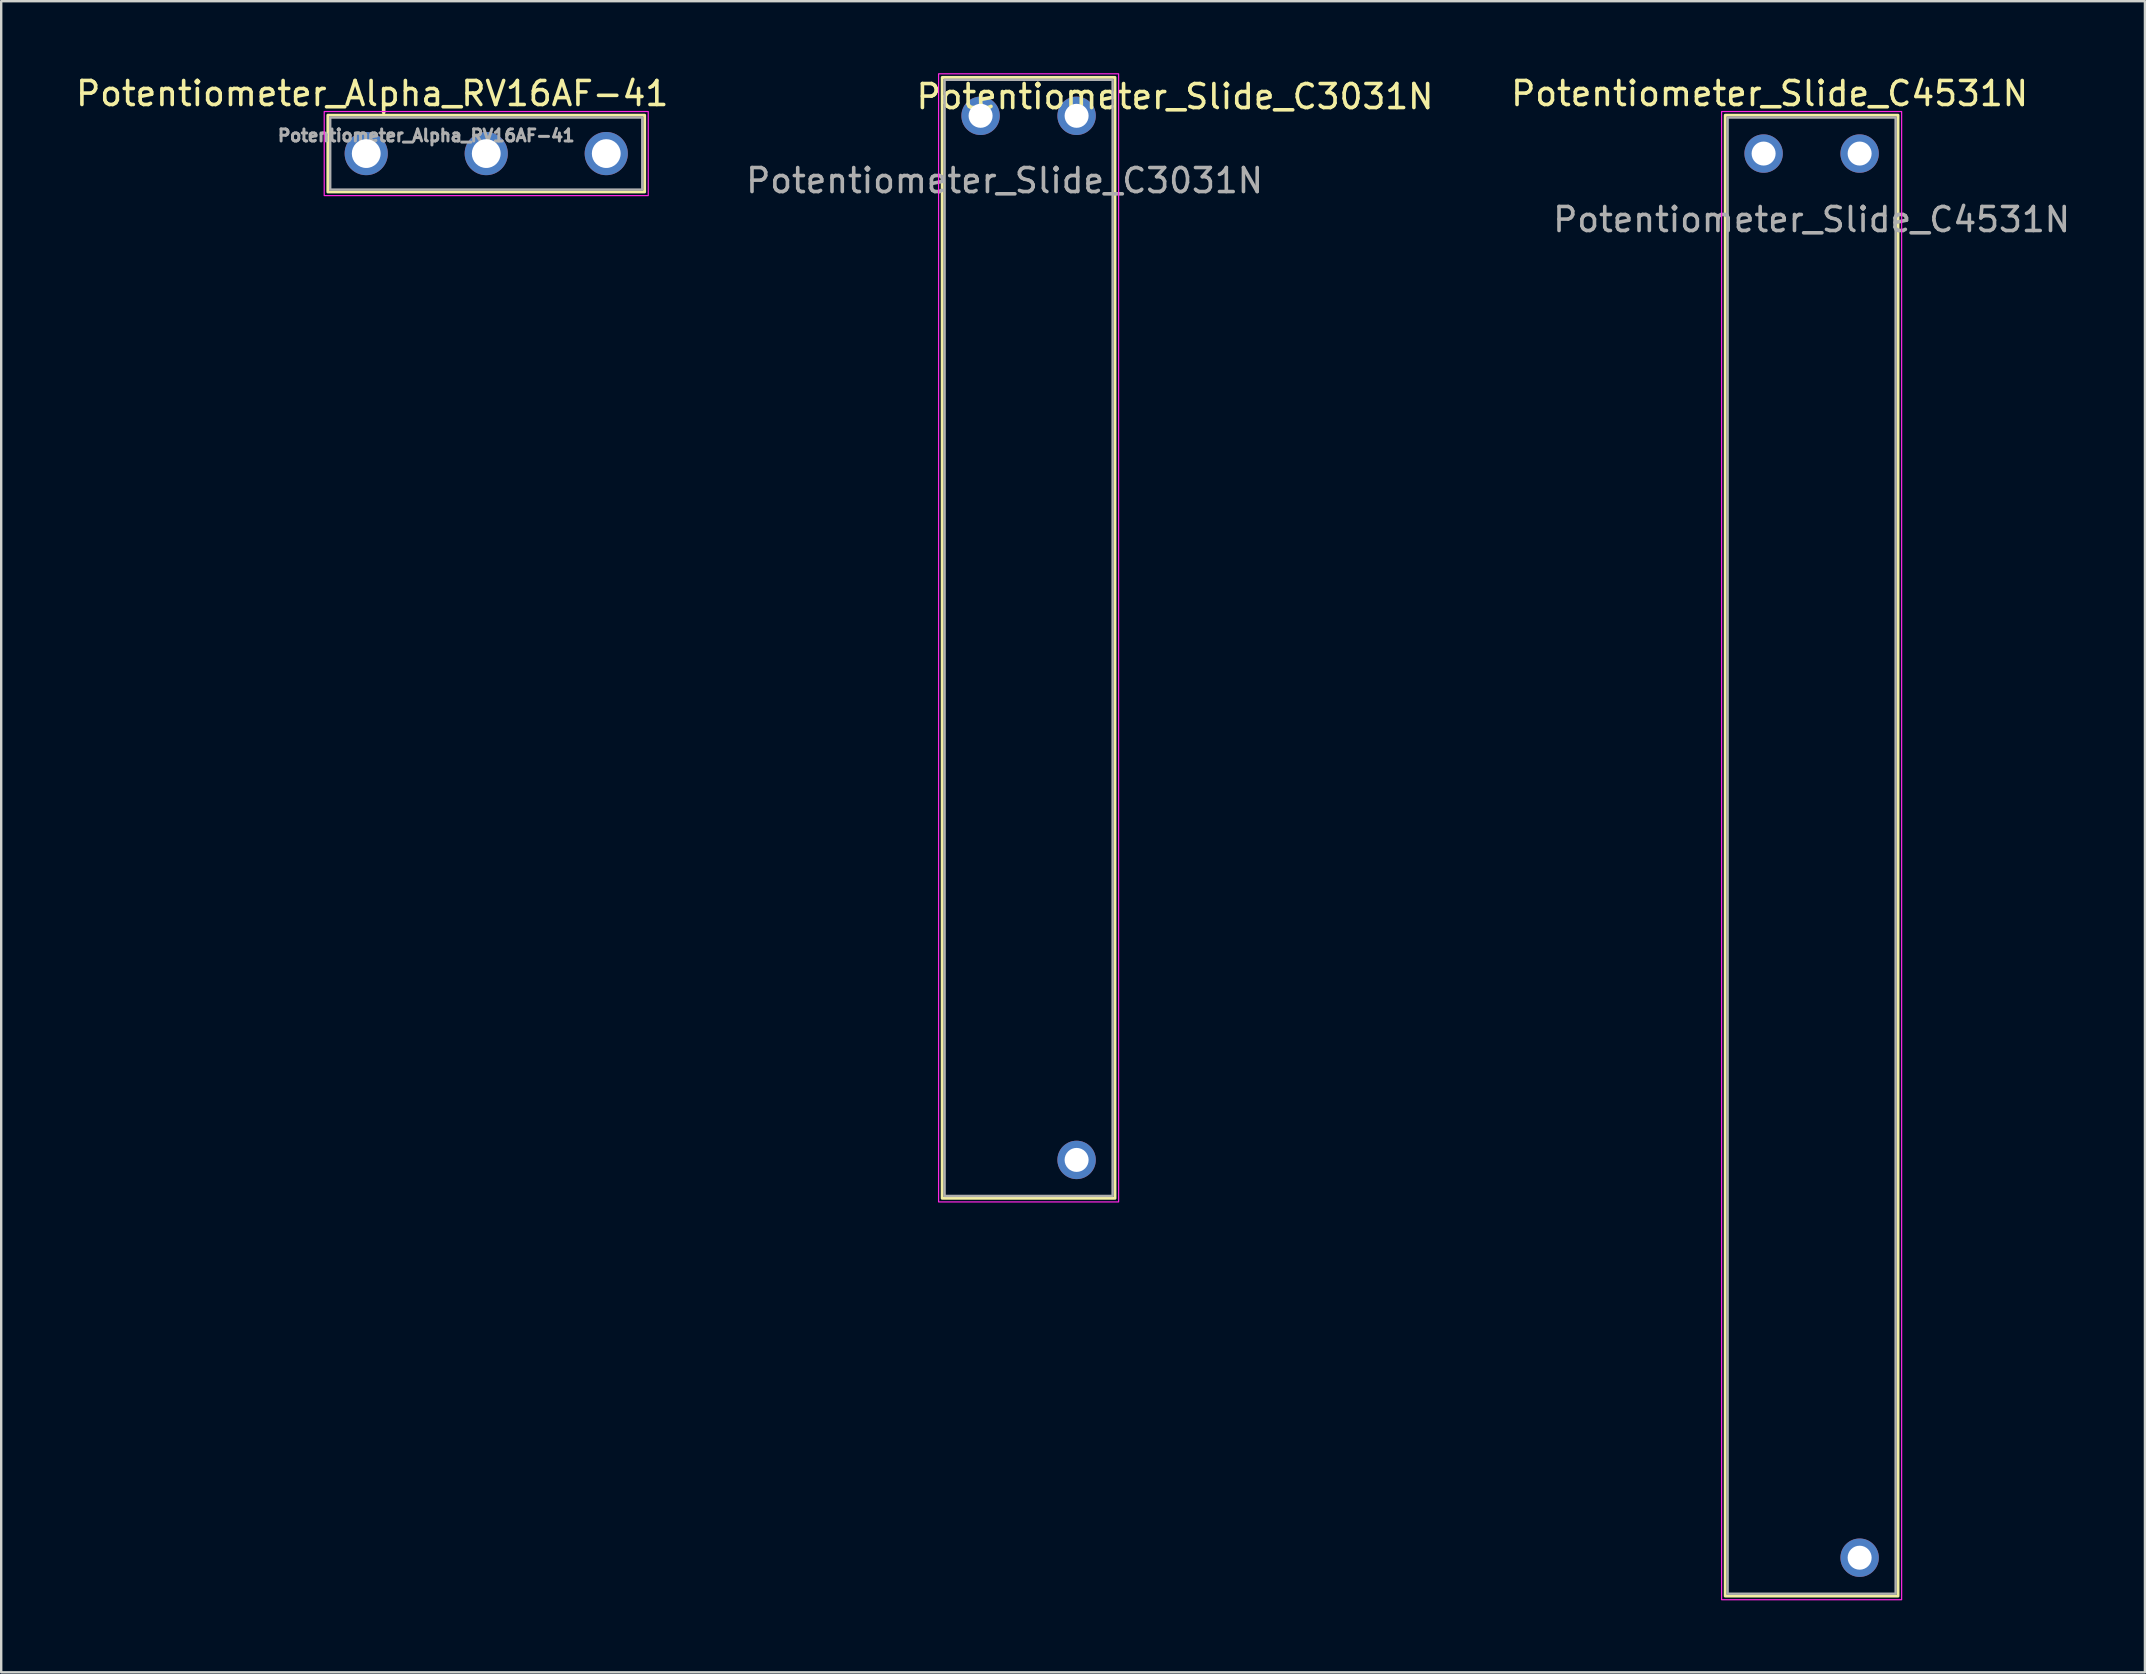
<source format=kicad_pcb>
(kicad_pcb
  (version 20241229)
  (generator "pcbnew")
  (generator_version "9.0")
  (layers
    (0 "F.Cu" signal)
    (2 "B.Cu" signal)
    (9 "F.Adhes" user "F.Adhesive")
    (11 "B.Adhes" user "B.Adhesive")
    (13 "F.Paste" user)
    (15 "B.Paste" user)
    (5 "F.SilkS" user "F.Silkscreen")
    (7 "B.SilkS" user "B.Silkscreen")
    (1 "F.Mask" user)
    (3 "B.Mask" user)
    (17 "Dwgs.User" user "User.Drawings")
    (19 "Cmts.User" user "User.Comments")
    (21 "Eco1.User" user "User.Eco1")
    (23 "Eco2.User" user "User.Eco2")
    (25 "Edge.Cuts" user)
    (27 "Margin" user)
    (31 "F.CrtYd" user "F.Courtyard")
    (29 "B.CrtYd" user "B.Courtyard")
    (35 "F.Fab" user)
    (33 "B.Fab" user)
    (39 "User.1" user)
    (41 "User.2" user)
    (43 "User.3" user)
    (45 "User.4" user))
  (footprint "Potentiometer_Alpha_RV16AF-41"
    (layer "F.Cu")
    (at 12.208 3.348)
    (property "Reference" "Potentiometer_Alpha_RV16AF-41" (at 0.25 -2.5 0) (unlocked yes) (layer "F.SilkS") (effects (font (size 1 1) (thickness 0.15))))
    (attr through_hole)
    (fp_rect (start -1.6 -1.6) (end 11.6 1.6) (stroke (width 0.12) (type solid)) (fill no) (layer "F.SilkS"))
    (fp_rect (start -1.75 -1.75) (end 11.75 1.75) (stroke (width 0.05) (type solid)) (fill no) (layer "F.CrtYd"))
    (fp_rect (start -1.5 -1.5) (end 11.5 1.5) (stroke (width 0.1) (type solid)) (fill no) (layer "F.Fab"))
    (fp_text user "${REFERENCE}" (at 2.5 -0.75 0) (unlocked yes) (layer "F.Fab") (effects (font (size 0.5 0.5) (thickness 0.125))))
    (pad "1" thru_hole circle (at 0 0) (size 1.8 1.8) (drill 1.2) (layers "*.Cu" "*.Mask"))
    (pad "2" thru_hole circle (at 5 0) (size 1.8 1.8) (drill 1.2) (layers "*.Cu" "*.Mask"))
    (pad "3" thru_hole circle (at 10 0) (size 1.8 1.8) (drill 1.2) (layers "*.Cu" "*.Mask")))
  (footprint "Potentiometer_Slide_C3031N"
    (layer "F.Cu")
    (at 41.804 1.775)
    (property "Reference" "Potentiometer_Slide_C3031N" (at 4.1 -0.8 0) (unlocked yes) (layer "F.SilkS") (effects (font (size 1 1) (thickness 0.15))))
    (attr through_hole)
    (fp_rect (start -5.6 -1.6) (end 1.6 45.1) (stroke (width 0.12) (type solid)) (fill no) (layer "F.SilkS"))
    (fp_rect (start -5.75 -1.75) (end 1.75 45.25) (stroke (width 0.05) (type solid)) (fill no) (layer "F.CrtYd"))
    (fp_rect (start -5.5 -1.5) (end 1.5 45) (stroke (width 0.1) (type solid)) (fill no) (layer "F.Fab"))
    (fp_text user "${REFERENCE}" (at -3 2.7 0) (unlocked yes) (layer "F.Fab") (effects (font (size 1 1) (thickness 0.15))))
    (pad "1" thru_hole circle (at 0 0) (size 1.6 1.6) (drill 1) (layers "*.Cu" "*.Mask"))
    (pad "2" thru_hole circle (at -4 0) (size 1.6 1.6) (drill 1) (layers "*.Cu" "*.Mask"))
    (pad "3" thru_hole circle (at 0 43.5) (size 1.6 1.6) (drill 1) (layers "*.Cu" "*.Mask")))
  (footprint "Potentiometer_Slide_C4531N"
    (layer "F.Cu")
    (at 74.427 3.348)
    (property "Reference" "Potentiometer_Slide_C4531N" (at -3.75 -2.5 0) (unlocked yes) (layer "F.SilkS") (effects (font (size 1 1) (thickness 0.15))))
    (attr through_hole)
    (fp_rect (start -5.6 -1.6) (end 1.6 60.1) (stroke (width 0.12) (type solid)) (fill no) (layer "F.SilkS"))
    (fp_rect (start -5.75 -1.75) (end 1.75 60.25) (stroke (width 0.05) (type solid)) (fill no) (layer "F.CrtYd"))
    (fp_rect (start -5.5 -1.5) (end 1.5 60) (stroke (width 0.1) (type solid)) (fill no) (layer "F.Fab"))
    (fp_text user "${REFERENCE}" (at -2 2.75 0) (unlocked yes) (layer "F.Fab") (effects (font (size 1 1) (thickness 0.15))))
    (pad "1" thru_hole circle (at 0 0) (size 1.6 1.6) (drill 1) (layers "*.Cu" "*.Mask"))
    (pad "2" thru_hole circle (at -4 0) (size 1.6 1.6) (drill 1) (layers "*.Cu" "*.Mask"))
    (pad "3" thru_hole circle (at 0 58.5) (size 1.6 1.6) (drill 1) (layers "*.Cu" "*.Mask")))
  (gr_rect
    (start -3 -3)
    (end 86.314 66.623)
    (stroke (width 0.1) (type default))
    (fill no)
    (layer "Edge.Cuts")))
</source>
